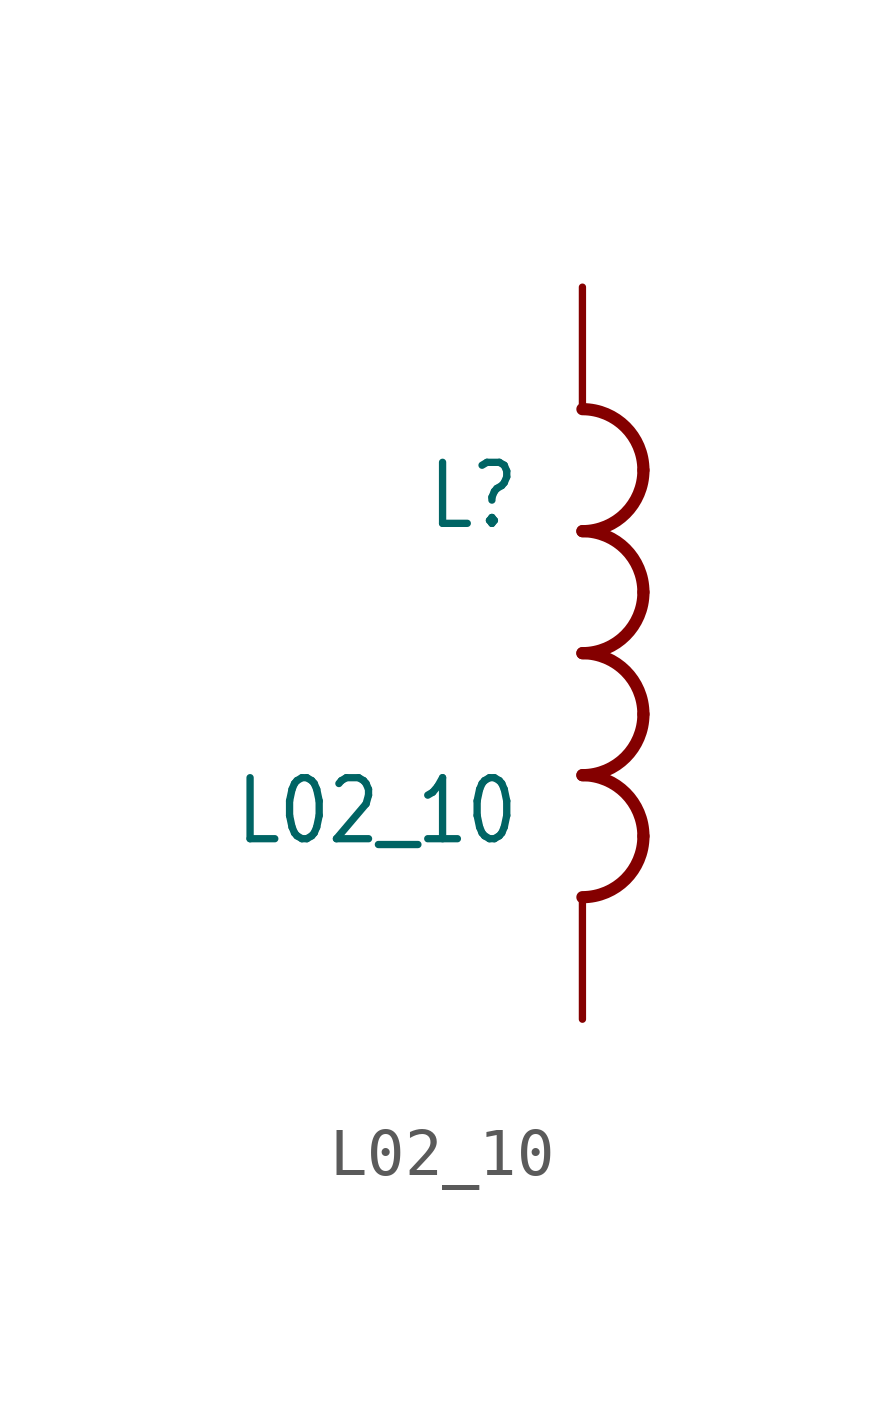
<source format=kicad_sym>
(kicad_symbol_lib
  (version 20201005)
  (generator kicad_symbol_editor)
  (symbol "L02_10"
    (property "Reference" "L"
      (at -1.27 2.54 0)
      (effects (font (size 1.27 1.079)) (justify right bottom)))
    (property "Value" "L02_10"
      (at -1.27 -2.54 0)
      (effects (font (size 1.27 1.079)) (justify right top)))
    (property "ki_locked" ""
      (at 0 0 0)
      (effects (font (size 1.27 1.27))))
    (symbol "L02_10_1_0"
      (arc (start 1.27 -3.81) (end 0 -2.54) (radius (at 0 -3.81) (length 1.27) (angles 0 90)) (stroke (width 0.254)) (fill (type none)))
      (arc (start 0 -5.08) (end 1.27 -3.81) (radius (at 0 -3.81) (length 1.27) (angles -90 0)) (stroke (width 0.254)) (fill (type none)))
      (arc (start 1.27 -1.27) (end 0 0) (radius (at 0 -1.27) (length 1.27) (angles 0 90)) (stroke (width 0.254)) (fill (type none)))
      (arc (start 0 -2.54) (end 1.27 -1.27) (radius (at 0 -1.27) (length 1.27) (angles -90 0)) (stroke (width 0.254)) (fill (type none)))
      (arc (start 1.27 1.27) (end 0 2.54) (radius (at 0 1.27) (length 1.27) (angles 0 90)) (stroke (width 0.254)) (fill (type none)))
      (arc (start 0 0) (end 1.27 1.27) (radius (at 0 1.27) (length 1.27) (angles -90 0)) (stroke (width 0.254)) (fill (type none)))
      (arc (start 1.27 3.81) (end 0 5.08) (radius (at 0 3.81) (length 1.27) (angles 0 90)) (stroke (width 0.254)) (fill (type none)))
      (arc (start 0 2.54) (end 1.27 3.81) (radius (at 0 3.81) (length 1.27) (angles -90 0)) (stroke (width 0.254)) (fill (type none)))
      (pin passive line (at 0 7.62 270) (length 2.54) (name "1" (effects (font (size 0 0)))) (number "1" (effects (font (size 0 0)))))
      (pin passive line (at 0 -7.62 90) (length 2.54) (name "2" (effects (font (size 0 0)))) (number "2" (effects (font (size 0 0))))))))
</source>
